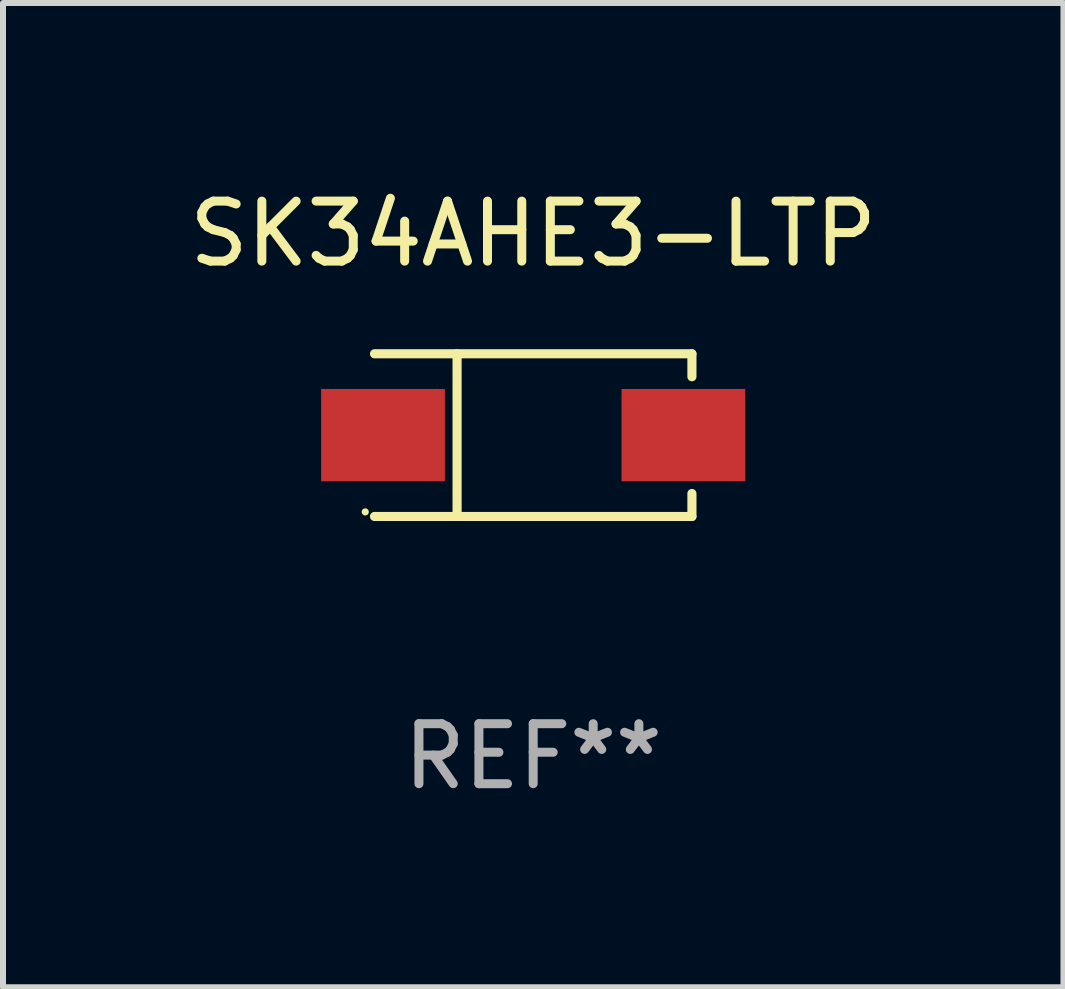
<source format=kicad_pcb>
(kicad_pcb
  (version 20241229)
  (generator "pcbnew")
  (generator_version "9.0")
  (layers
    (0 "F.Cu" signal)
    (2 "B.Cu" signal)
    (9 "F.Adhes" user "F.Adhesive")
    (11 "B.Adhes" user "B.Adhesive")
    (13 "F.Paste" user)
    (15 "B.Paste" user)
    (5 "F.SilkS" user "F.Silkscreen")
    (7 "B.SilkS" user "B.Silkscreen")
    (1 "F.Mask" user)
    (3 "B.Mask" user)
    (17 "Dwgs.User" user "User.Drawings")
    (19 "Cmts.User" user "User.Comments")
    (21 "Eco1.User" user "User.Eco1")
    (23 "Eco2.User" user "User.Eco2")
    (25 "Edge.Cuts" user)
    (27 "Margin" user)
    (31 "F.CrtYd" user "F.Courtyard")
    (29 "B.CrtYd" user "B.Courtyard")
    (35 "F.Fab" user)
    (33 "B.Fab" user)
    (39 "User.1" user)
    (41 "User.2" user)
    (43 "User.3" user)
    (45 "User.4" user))
  (footprint "SK34AHE3-LTP"
    (layer "F.Cu")
    (at 5.839 4.204)
    (property "Reference" "SK34AHE3-LTP" (at 0 -3.356 0) (layer "F.SilkS") (effects (font (size 1 1) (thickness 0.15))))
    (attr through_hole)
    (fp_line (start -2.646 -1.356) (end 2.646 -1.356) (stroke (width 0.152) (type solid)) (layer "F.SilkS"))
    (fp_line (start -2.646 1.356) (end 2.646 1.356) (stroke (width 0.152) (type solid)) (layer "F.SilkS"))
    (fp_line (start -1.269 -1.356) (end -1.269 1.356) (stroke (width 0.152) (type solid)) (layer "F.SilkS"))
    (fp_line (start 2.646 -1.356) (end 2.646 -0.973) (stroke (width 0.152) (type solid)) (layer "F.SilkS"))
    (fp_line (start 2.646 1.356) (end 2.646 0.973) (stroke (width 0.152) (type solid)) (layer "F.SilkS"))
    (fp_circle (center -2.8 1.28) (end -2.77 1.28) (stroke (width 0.06) (type solid)) (fill no) (layer "F.SilkS"))
    (fp_text user "REF**" (at 0 5.356 0) (layer "F.Fab") (effects (font (size 1 1) (thickness 0.15))))
    (pad "1" smd rect (at 2.504 0) (size 2.063 1.539) (layers "F.Cu" "F.Mask" "F.Paste"))
    (pad "2" smd rect (at -2.504 0) (size 2.063 1.539) (layers "F.Cu" "F.Mask" "F.Paste")))
  (gr_rect
    (start -3 -3)
    (end 14.679 13.409)
    (stroke (width 0.1) (type default))
    (fill no)
    (layer "Edge.Cuts")))
</source>
